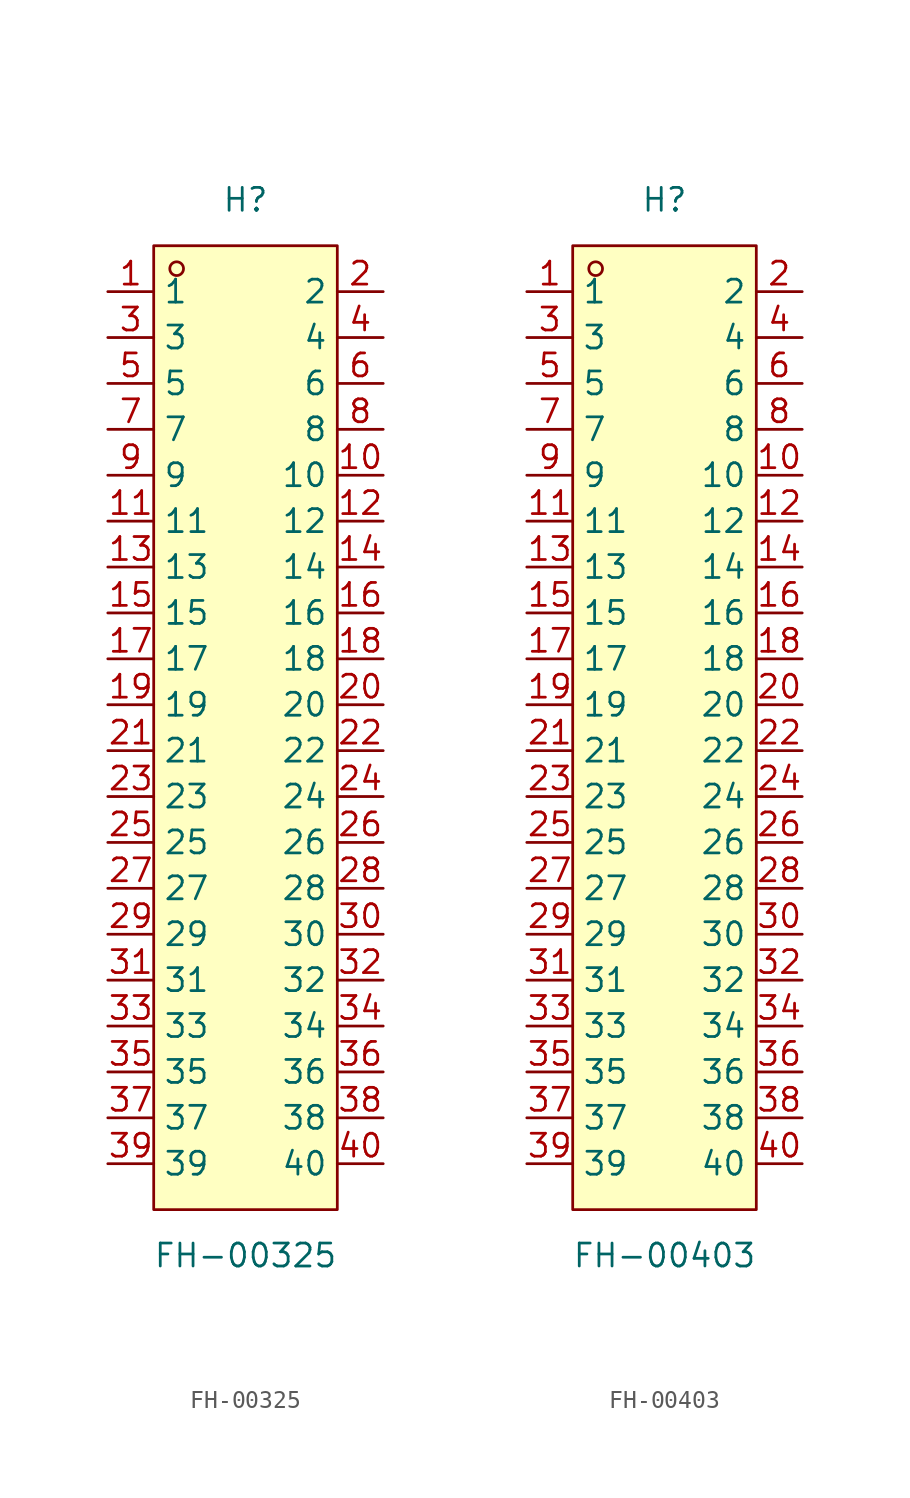
<source format=kicad_sym>
(kicad_symbol_lib
  (version 20231120)
  (generator "kicad_symbol_editor")
  (generator_version "8.0")
  (symbol "FH-00325"
    (property "Reference" "H"
      (at 0 30.48 0)
      (effects (font (size 1.27 1.27))))
    (property "Value" "FH-00325"
      (at 0 -27.94 0)
      (effects (font (size 1.27 1.27))))
    (symbol "FH-00325_0_1"
      (rectangle (start -5.08 27.94) (end 5.08 -25.4) (stroke (width 0) (type default)) (fill (type background)))
      (circle (center -3.81 26.67) (radius 0.38) (stroke (width 0) (type default)) (fill (type none)))
      (pin unspecified line (at -7.62 25.4 0) (length 2.54) (name "1" (effects (font (size 1.27 1.27)))) (number "1" (effects (font (size 1.27 1.27)))))
      (pin unspecified line (at 7.62 15.24 180) (length 2.54) (name "10" (effects (font (size 1.27 1.27)))) (number "10" (effects (font (size 1.27 1.27)))))
      (pin unspecified line (at -7.62 12.7 0) (length 2.54) (name "11" (effects (font (size 1.27 1.27)))) (number "11" (effects (font (size 1.27 1.27)))))
      (pin unspecified line (at 7.62 12.7 180) (length 2.54) (name "12" (effects (font (size 1.27 1.27)))) (number "12" (effects (font (size 1.27 1.27)))))
      (pin unspecified line (at -7.62 10.16 0) (length 2.54) (name "13" (effects (font (size 1.27 1.27)))) (number "13" (effects (font (size 1.27 1.27)))))
      (pin unspecified line (at 7.62 10.16 180) (length 2.54) (name "14" (effects (font (size 1.27 1.27)))) (number "14" (effects (font (size 1.27 1.27)))))
      (pin unspecified line (at -7.62 7.62 0) (length 2.54) (name "15" (effects (font (size 1.27 1.27)))) (number "15" (effects (font (size 1.27 1.27)))))
      (pin unspecified line (at 7.62 7.62 180) (length 2.54) (name "16" (effects (font (size 1.27 1.27)))) (number "16" (effects (font (size 1.27 1.27)))))
      (pin unspecified line (at -7.62 5.08 0) (length 2.54) (name "17" (effects (font (size 1.27 1.27)))) (number "17" (effects (font (size 1.27 1.27)))))
      (pin unspecified line (at 7.62 5.08 180) (length 2.54) (name "18" (effects (font (size 1.27 1.27)))) (number "18" (effects (font (size 1.27 1.27)))))
      (pin unspecified line (at -7.62 2.54 0) (length 2.54) (name "19" (effects (font (size 1.27 1.27)))) (number "19" (effects (font (size 1.27 1.27)))))
      (pin unspecified line (at 7.62 25.4 180) (length 2.54) (name "2" (effects (font (size 1.27 1.27)))) (number "2" (effects (font (size 1.27 1.27)))))
      (pin unspecified line (at 7.62 2.54 180) (length 2.54) (name "20" (effects (font (size 1.27 1.27)))) (number "20" (effects (font (size 1.27 1.27)))))
      (pin unspecified line (at -7.62 0 0) (length 2.54) (name "21" (effects (font (size 1.27 1.27)))) (number "21" (effects (font (size 1.27 1.27)))))
      (pin unspecified line (at 7.62 0 180) (length 2.54) (name "22" (effects (font (size 1.27 1.27)))) (number "22" (effects (font (size 1.27 1.27)))))
      (pin unspecified line (at -7.62 -2.54 0) (length 2.54) (name "23" (effects (font (size 1.27 1.27)))) (number "23" (effects (font (size 1.27 1.27)))))
      (pin unspecified line (at 7.62 -2.54 180) (length 2.54) (name "24" (effects (font (size 1.27 1.27)))) (number "24" (effects (font (size 1.27 1.27)))))
      (pin unspecified line (at -7.62 -5.08 0) (length 2.54) (name "25" (effects (font (size 1.27 1.27)))) (number "25" (effects (font (size 1.27 1.27)))))
      (pin unspecified line (at 7.62 -5.08 180) (length 2.54) (name "26" (effects (font (size 1.27 1.27)))) (number "26" (effects (font (size 1.27 1.27)))))
      (pin unspecified line (at -7.62 -7.62 0) (length 2.54) (name "27" (effects (font (size 1.27 1.27)))) (number "27" (effects (font (size 1.27 1.27)))))
      (pin unspecified line (at 7.62 -7.62 180) (length 2.54) (name "28" (effects (font (size 1.27 1.27)))) (number "28" (effects (font (size 1.27 1.27)))))
      (pin unspecified line (at -7.62 -10.16 0) (length 2.54) (name "29" (effects (font (size 1.27 1.27)))) (number "29" (effects (font (size 1.27 1.27)))))
      (pin unspecified line (at -7.62 22.86 0) (length 2.54) (name "3" (effects (font (size 1.27 1.27)))) (number "3" (effects (font (size 1.27 1.27)))))
      (pin unspecified line (at 7.62 -10.16 180) (length 2.54) (name "30" (effects (font (size 1.27 1.27)))) (number "30" (effects (font (size 1.27 1.27)))))
      (pin unspecified line (at -7.62 -12.7 0) (length 2.54) (name "31" (effects (font (size 1.27 1.27)))) (number "31" (effects (font (size 1.27 1.27)))))
      (pin unspecified line (at 7.62 -12.7 180) (length 2.54) (name "32" (effects (font (size 1.27 1.27)))) (number "32" (effects (font (size 1.27 1.27)))))
      (pin unspecified line (at -7.62 -15.24 0) (length 2.54) (name "33" (effects (font (size 1.27 1.27)))) (number "33" (effects (font (size 1.27 1.27)))))
      (pin unspecified line (at 7.62 -15.24 180) (length 2.54) (name "34" (effects (font (size 1.27 1.27)))) (number "34" (effects (font (size 1.27 1.27)))))
      (pin unspecified line (at -7.62 -17.78 0) (length 2.54) (name "35" (effects (font (size 1.27 1.27)))) (number "35" (effects (font (size 1.27 1.27)))))
      (pin unspecified line (at 7.62 -17.78 180) (length 2.54) (name "36" (effects (font (size 1.27 1.27)))) (number "36" (effects (font (size 1.27 1.27)))))
      (pin unspecified line (at -7.62 -20.32 0) (length 2.54) (name "37" (effects (font (size 1.27 1.27)))) (number "37" (effects (font (size 1.27 1.27)))))
      (pin unspecified line (at 7.62 -20.32 180) (length 2.54) (name "38" (effects (font (size 1.27 1.27)))) (number "38" (effects (font (size 1.27 1.27)))))
      (pin unspecified line (at -7.62 -22.86 0) (length 2.54) (name "39" (effects (font (size 1.27 1.27)))) (number "39" (effects (font (size 1.27 1.27)))))
      (pin unspecified line (at 7.62 22.86 180) (length 2.54) (name "4" (effects (font (size 1.27 1.27)))) (number "4" (effects (font (size 1.27 1.27)))))
      (pin unspecified line (at 7.62 -22.86 180) (length 2.54) (name "40" (effects (font (size 1.27 1.27)))) (number "40" (effects (font (size 1.27 1.27)))))
      (pin unspecified line (at -7.62 20.32 0) (length 2.54) (name "5" (effects (font (size 1.27 1.27)))) (number "5" (effects (font (size 1.27 1.27)))))
      (pin unspecified line (at 7.62 20.32 180) (length 2.54) (name "6" (effects (font (size 1.27 1.27)))) (number "6" (effects (font (size 1.27 1.27)))))
      (pin unspecified line (at -7.62 17.78 0) (length 2.54) (name "7" (effects (font (size 1.27 1.27)))) (number "7" (effects (font (size 1.27 1.27)))))
      (pin unspecified line (at 7.62 17.78 180) (length 2.54) (name "8" (effects (font (size 1.27 1.27)))) (number "8" (effects (font (size 1.27 1.27)))))
      (pin unspecified line (at -7.62 15.24 0) (length 2.54) (name "9" (effects (font (size 1.27 1.27)))) (number "9" (effects (font (size 1.27 1.27)))))))
  (symbol "FH-00403"
    (property "Reference" "H"
      (at 0 27.94 0)
      (effects (font (size 1.27 1.27))))
    (property "Value" "FH-00403"
      (at 0 -30.48 0)
      (effects (font (size 1.27 1.27))))
    (symbol "FH-00403_0_1"
      (rectangle (start -5.08 25.4) (end 5.08 -27.94) (stroke (width 0) (type default)) (fill (type background)))
      (circle (center -3.81 24.13) (radius 0.38) (stroke (width 0) (type default)) (fill (type none)))
      (pin unspecified line (at -7.62 22.86 0) (length 2.54) (name "1" (effects (font (size 1.27 1.27)))) (number "1" (effects (font (size 1.27 1.27)))))
      (pin unspecified line (at 7.62 12.7 180) (length 2.54) (name "10" (effects (font (size 1.27 1.27)))) (number "10" (effects (font (size 1.27 1.27)))))
      (pin unspecified line (at -7.62 10.16 0) (length 2.54) (name "11" (effects (font (size 1.27 1.27)))) (number "11" (effects (font (size 1.27 1.27)))))
      (pin unspecified line (at 7.62 10.16 180) (length 2.54) (name "12" (effects (font (size 1.27 1.27)))) (number "12" (effects (font (size 1.27 1.27)))))
      (pin unspecified line (at -7.62 7.62 0) (length 2.54) (name "13" (effects (font (size 1.27 1.27)))) (number "13" (effects (font (size 1.27 1.27)))))
      (pin unspecified line (at 7.62 7.62 180) (length 2.54) (name "14" (effects (font (size 1.27 1.27)))) (number "14" (effects (font (size 1.27 1.27)))))
      (pin unspecified line (at -7.62 5.08 0) (length 2.54) (name "15" (effects (font (size 1.27 1.27)))) (number "15" (effects (font (size 1.27 1.27)))))
      (pin unspecified line (at 7.62 5.08 180) (length 2.54) (name "16" (effects (font (size 1.27 1.27)))) (number "16" (effects (font (size 1.27 1.27)))))
      (pin unspecified line (at -7.62 2.54 0) (length 2.54) (name "17" (effects (font (size 1.27 1.27)))) (number "17" (effects (font (size 1.27 1.27)))))
      (pin unspecified line (at 7.62 2.54 180) (length 2.54) (name "18" (effects (font (size 1.27 1.27)))) (number "18" (effects (font (size 1.27 1.27)))))
      (pin unspecified line (at -7.62 0 0) (length 2.54) (name "19" (effects (font (size 1.27 1.27)))) (number "19" (effects (font (size 1.27 1.27)))))
      (pin unspecified line (at 7.62 22.86 180) (length 2.54) (name "2" (effects (font (size 1.27 1.27)))) (number "2" (effects (font (size 1.27 1.27)))))
      (pin unspecified line (at 7.62 0 180) (length 2.54) (name "20" (effects (font (size 1.27 1.27)))) (number "20" (effects (font (size 1.27 1.27)))))
      (pin unspecified line (at -7.62 -2.54 0) (length 2.54) (name "21" (effects (font (size 1.27 1.27)))) (number "21" (effects (font (size 1.27 1.27)))))
      (pin unspecified line (at 7.62 -2.54 180) (length 2.54) (name "22" (effects (font (size 1.27 1.27)))) (number "22" (effects (font (size 1.27 1.27)))))
      (pin unspecified line (at -7.62 -5.08 0) (length 2.54) (name "23" (effects (font (size 1.27 1.27)))) (number "23" (effects (font (size 1.27 1.27)))))
      (pin unspecified line (at 7.62 -5.08 180) (length 2.54) (name "24" (effects (font (size 1.27 1.27)))) (number "24" (effects (font (size 1.27 1.27)))))
      (pin unspecified line (at -7.62 -7.62 0) (length 2.54) (name "25" (effects (font (size 1.27 1.27)))) (number "25" (effects (font (size 1.27 1.27)))))
      (pin unspecified line (at 7.62 -7.62 180) (length 2.54) (name "26" (effects (font (size 1.27 1.27)))) (number "26" (effects (font (size 1.27 1.27)))))
      (pin unspecified line (at -7.62 -10.16 0) (length 2.54) (name "27" (effects (font (size 1.27 1.27)))) (number "27" (effects (font (size 1.27 1.27)))))
      (pin unspecified line (at 7.62 -10.16 180) (length 2.54) (name "28" (effects (font (size 1.27 1.27)))) (number "28" (effects (font (size 1.27 1.27)))))
      (pin unspecified line (at -7.62 -12.7 0) (length 2.54) (name "29" (effects (font (size 1.27 1.27)))) (number "29" (effects (font (size 1.27 1.27)))))
      (pin unspecified line (at -7.62 20.32 0) (length 2.54) (name "3" (effects (font (size 1.27 1.27)))) (number "3" (effects (font (size 1.27 1.27)))))
      (pin unspecified line (at 7.62 -12.7 180) (length 2.54) (name "30" (effects (font (size 1.27 1.27)))) (number "30" (effects (font (size 1.27 1.27)))))
      (pin unspecified line (at -7.62 -15.24 0) (length 2.54) (name "31" (effects (font (size 1.27 1.27)))) (number "31" (effects (font (size 1.27 1.27)))))
      (pin unspecified line (at 7.62 -15.24 180) (length 2.54) (name "32" (effects (font (size 1.27 1.27)))) (number "32" (effects (font (size 1.27 1.27)))))
      (pin unspecified line (at -7.62 -17.78 0) (length 2.54) (name "33" (effects (font (size 1.27 1.27)))) (number "33" (effects (font (size 1.27 1.27)))))
      (pin unspecified line (at 7.62 -17.78 180) (length 2.54) (name "34" (effects (font (size 1.27 1.27)))) (number "34" (effects (font (size 1.27 1.27)))))
      (pin unspecified line (at -7.62 -20.32 0) (length 2.54) (name "35" (effects (font (size 1.27 1.27)))) (number "35" (effects (font (size 1.27 1.27)))))
      (pin unspecified line (at 7.62 -20.32 180) (length 2.54) (name "36" (effects (font (size 1.27 1.27)))) (number "36" (effects (font (size 1.27 1.27)))))
      (pin unspecified line (at -7.62 -22.86 0) (length 2.54) (name "37" (effects (font (size 1.27 1.27)))) (number "37" (effects (font (size 1.27 1.27)))))
      (pin unspecified line (at 7.62 -22.86 180) (length 2.54) (name "38" (effects (font (size 1.27 1.27)))) (number "38" (effects (font (size 1.27 1.27)))))
      (pin unspecified line (at -7.62 -25.4 0) (length 2.54) (name "39" (effects (font (size 1.27 1.27)))) (number "39" (effects (font (size 1.27 1.27)))))
      (pin unspecified line (at 7.62 20.32 180) (length 2.54) (name "4" (effects (font (size 1.27 1.27)))) (number "4" (effects (font (size 1.27 1.27)))))
      (pin unspecified line (at 7.62 -25.4 180) (length 2.54) (name "40" (effects (font (size 1.27 1.27)))) (number "40" (effects (font (size 1.27 1.27)))))
      (pin unspecified line (at -7.62 17.78 0) (length 2.54) (name "5" (effects (font (size 1.27 1.27)))) (number "5" (effects (font (size 1.27 1.27)))))
      (pin unspecified line (at 7.62 17.78 180) (length 2.54) (name "6" (effects (font (size 1.27 1.27)))) (number "6" (effects (font (size 1.27 1.27)))))
      (pin unspecified line (at -7.62 15.24 0) (length 2.54) (name "7" (effects (font (size 1.27 1.27)))) (number "7" (effects (font (size 1.27 1.27)))))
      (pin unspecified line (at 7.62 15.24 180) (length 2.54) (name "8" (effects (font (size 1.27 1.27)))) (number "8" (effects (font (size 1.27 1.27)))))
      (pin unspecified line (at -7.62 12.7 0) (length 2.54) (name "9" (effects (font (size 1.27 1.27)))) (number "9" (effects (font (size 1.27 1.27))))))))
</source>
